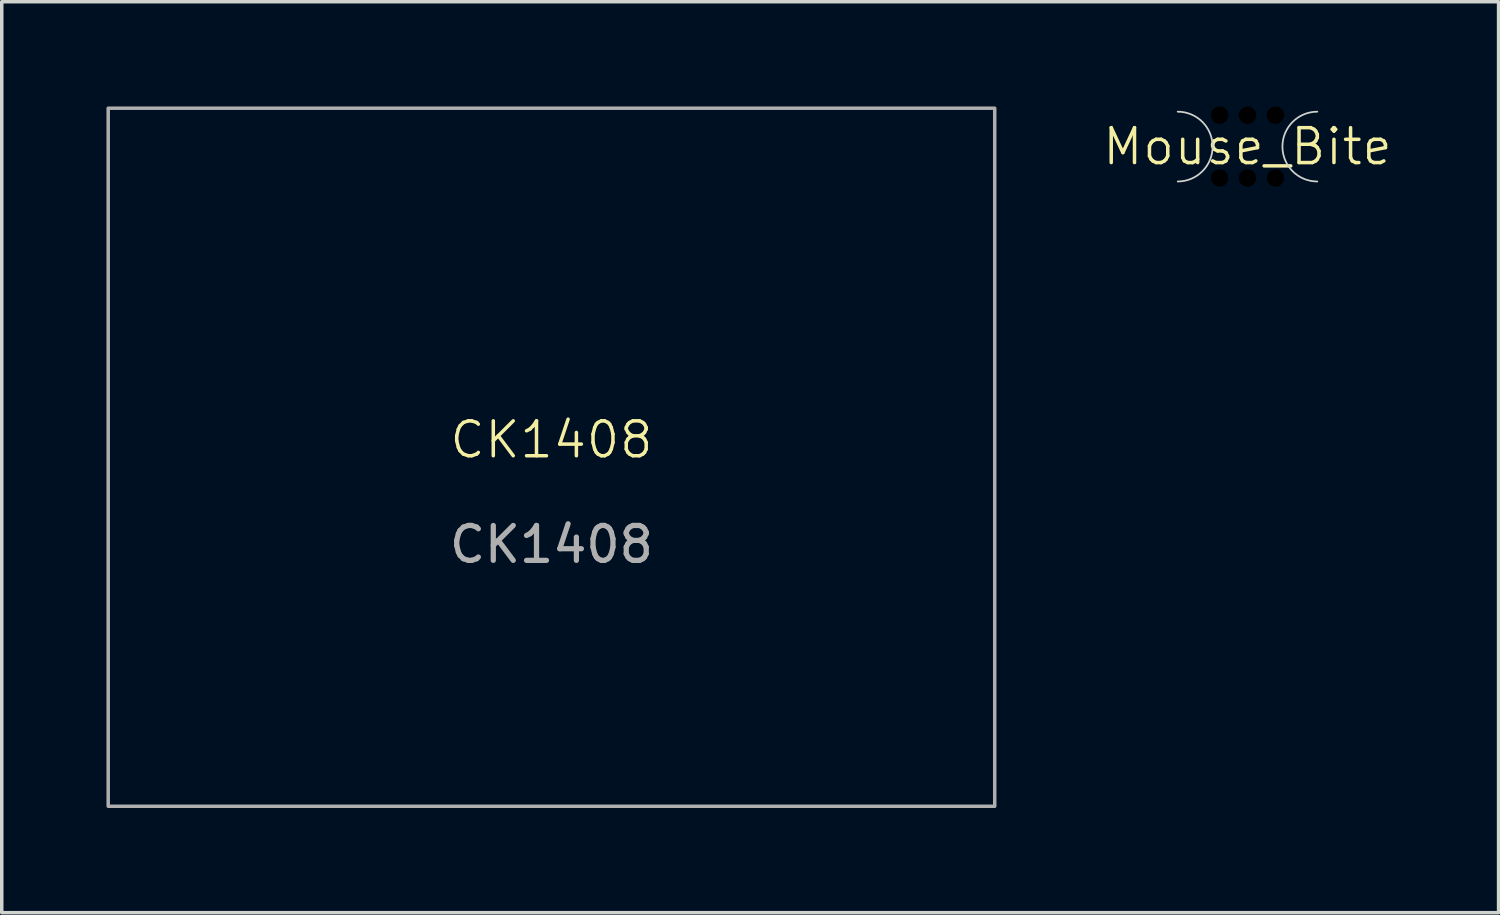
<source format=kicad_pcb>
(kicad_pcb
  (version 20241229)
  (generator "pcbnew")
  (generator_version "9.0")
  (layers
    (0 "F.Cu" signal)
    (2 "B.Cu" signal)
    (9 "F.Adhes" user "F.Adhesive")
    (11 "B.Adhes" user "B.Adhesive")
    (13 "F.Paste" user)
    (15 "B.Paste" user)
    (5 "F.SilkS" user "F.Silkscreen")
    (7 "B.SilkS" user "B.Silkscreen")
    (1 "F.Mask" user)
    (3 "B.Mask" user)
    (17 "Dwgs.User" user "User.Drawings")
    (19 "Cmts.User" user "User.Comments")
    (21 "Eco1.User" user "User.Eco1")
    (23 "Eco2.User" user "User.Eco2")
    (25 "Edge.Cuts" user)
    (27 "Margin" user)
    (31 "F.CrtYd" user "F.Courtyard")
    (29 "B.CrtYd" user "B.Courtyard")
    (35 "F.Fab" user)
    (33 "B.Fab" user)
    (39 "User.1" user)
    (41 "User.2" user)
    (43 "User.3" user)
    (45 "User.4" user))
  (footprint "CK1408"
    (layer "F.Cu")
    (at 12.75 10.05)
    (property "Reference" "CK1408" (at 0 -0.5 0) (unlocked yes) (layer "F.SilkS") (effects (font (size 1 1) (thickness 0.1))))
    (attr smd)
    (fp_rect (start -12.7 -10) (end 12.7 10) (stroke (width 0.1) (type default)) (fill no) (layer "F.Fab"))
    (fp_text user "${REFERENCE}" (at 0 2.5 0) (unlocked yes) (layer "F.Fab") (effects (font (size 1 1) (thickness 0.15)))))
  (footprint "Mouse_Bite"
    (layer "F.Cu")
    (at 32.693 1.15)
    (property "Reference" "Mouse_Bite" (at 0 0 0) (unlocked yes) (layer "F.SilkS") (effects (font (size 1 1) (thickness 0.1))))
    (attr smd)
    (fp_arc (start -2 -1) (mid -1 0) (end -2 1) (stroke (width 0.05) (type default)) (layer "Edge.Cuts"))
    (fp_arc (start 2 1) (mid 1 0) (end 2 -1) (stroke (width 0.05) (type default)) (layer "Edge.Cuts"))
    (pad "" np_thru_hole circle (at -0.8 -0.9) (size 0.5 0.5) (drill 0.5) (layers "*.Mask"))
    (pad "" np_thru_hole circle (at -0.8 0.9) (size 0.5 0.5) (drill 0.5) (layers "*.Mask"))
    (pad "" np_thru_hole circle (at 0 -0.9) (size 0.5 0.5) (drill 0.5) (layers "*.Mask"))
    (pad "" np_thru_hole circle (at 0 0.9) (size 0.5 0.5) (drill 0.5) (layers "*.Mask"))
    (pad "" np_thru_hole circle (at 0.8 -0.9) (size 0.5 0.5) (drill 0.5) (layers "*.Mask"))
    (pad "" np_thru_hole circle (at 0.8 0.9) (size 0.5 0.5) (drill 0.5) (layers "*.Mask")))
  (gr_rect
    (start -3 -3)
    (end 39.886 23.1)
    (stroke (width 0.1) (type default))
    (fill no)
    (layer "Edge.Cuts")))
</source>
